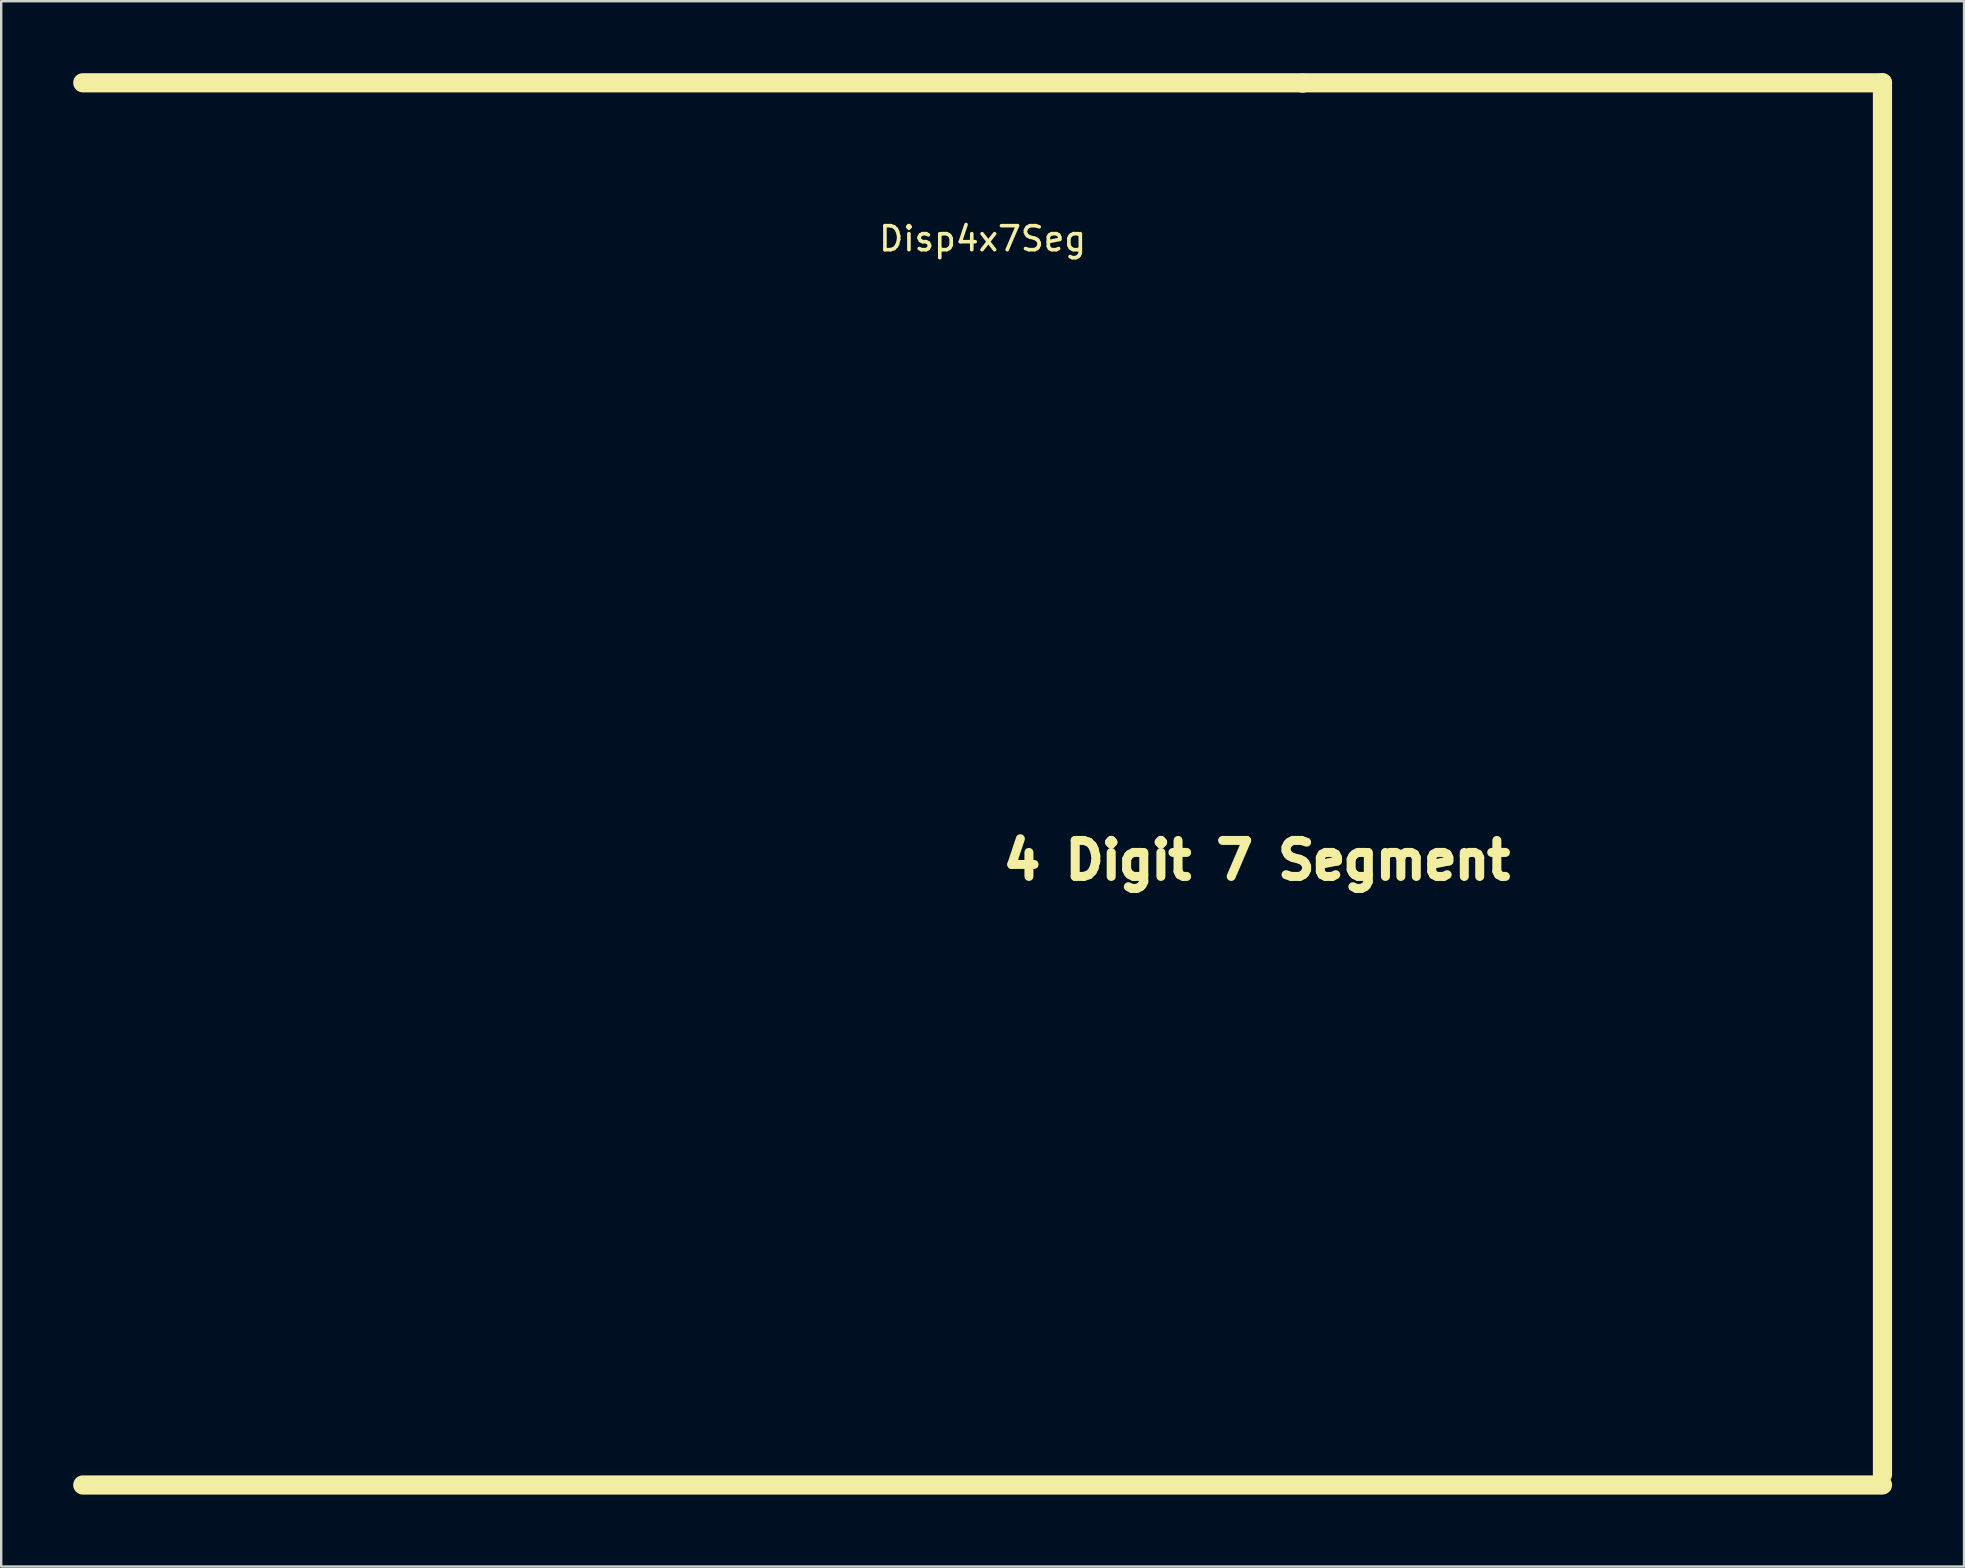
<source format=kicad_pcb>
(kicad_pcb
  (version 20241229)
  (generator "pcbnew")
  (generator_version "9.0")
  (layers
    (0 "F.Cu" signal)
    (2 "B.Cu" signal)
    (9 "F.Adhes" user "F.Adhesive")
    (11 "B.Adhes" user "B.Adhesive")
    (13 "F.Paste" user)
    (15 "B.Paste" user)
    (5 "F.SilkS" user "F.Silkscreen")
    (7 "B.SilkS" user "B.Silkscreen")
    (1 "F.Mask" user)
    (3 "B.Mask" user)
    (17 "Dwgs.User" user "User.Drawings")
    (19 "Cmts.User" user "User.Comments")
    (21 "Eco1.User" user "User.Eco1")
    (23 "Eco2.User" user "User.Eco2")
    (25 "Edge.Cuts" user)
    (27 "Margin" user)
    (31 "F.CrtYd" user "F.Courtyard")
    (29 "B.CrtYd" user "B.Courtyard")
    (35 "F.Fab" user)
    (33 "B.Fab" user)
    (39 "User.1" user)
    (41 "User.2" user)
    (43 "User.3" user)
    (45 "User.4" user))
  (footprint "Disp4x7Seg"
    (layer "F.Cu")
    (at 37.9 7.4)
    (property "Reference" "Disp4x7Seg" (at 0 -0.5 0) (unlocked yes) (layer "F.SilkS") (effects (font (size 1 1) (thickness 0.15))))
    (attr through_hole)
    (fp_line (start -37.5 -7) (end 37.5 -7) (stroke (width 0.8) (type solid)) (layer "F.SilkS"))
    (fp_line (start -37.5 51.435) (end 37.5 51.435) (stroke (width 0.8) (type solid)) (layer "F.SilkS"))
    (fp_line (start 13.335 -6.985) (end 13.335 -6.985) (stroke (width 0.8) (type solid)) (layer "F.SilkS"))
    (fp_line (start 37.5 -7) (end 37.5 51) (stroke (width 0.8) (type solid)) (layer "F.SilkS"))
    (fp_text user "4 Digit 7 Segment" (at 11.43 25.4 0) (unlocked yes) (layer "F.SilkS") (effects (font (size 1.5 1.5) (thickness 0.375)))))
  (gr_rect
    (start -3 -3)
    (end 78.8 62.235)
    (stroke (width 0.1) (type default))
    (fill no)
    (layer "Edge.Cuts")))
</source>
